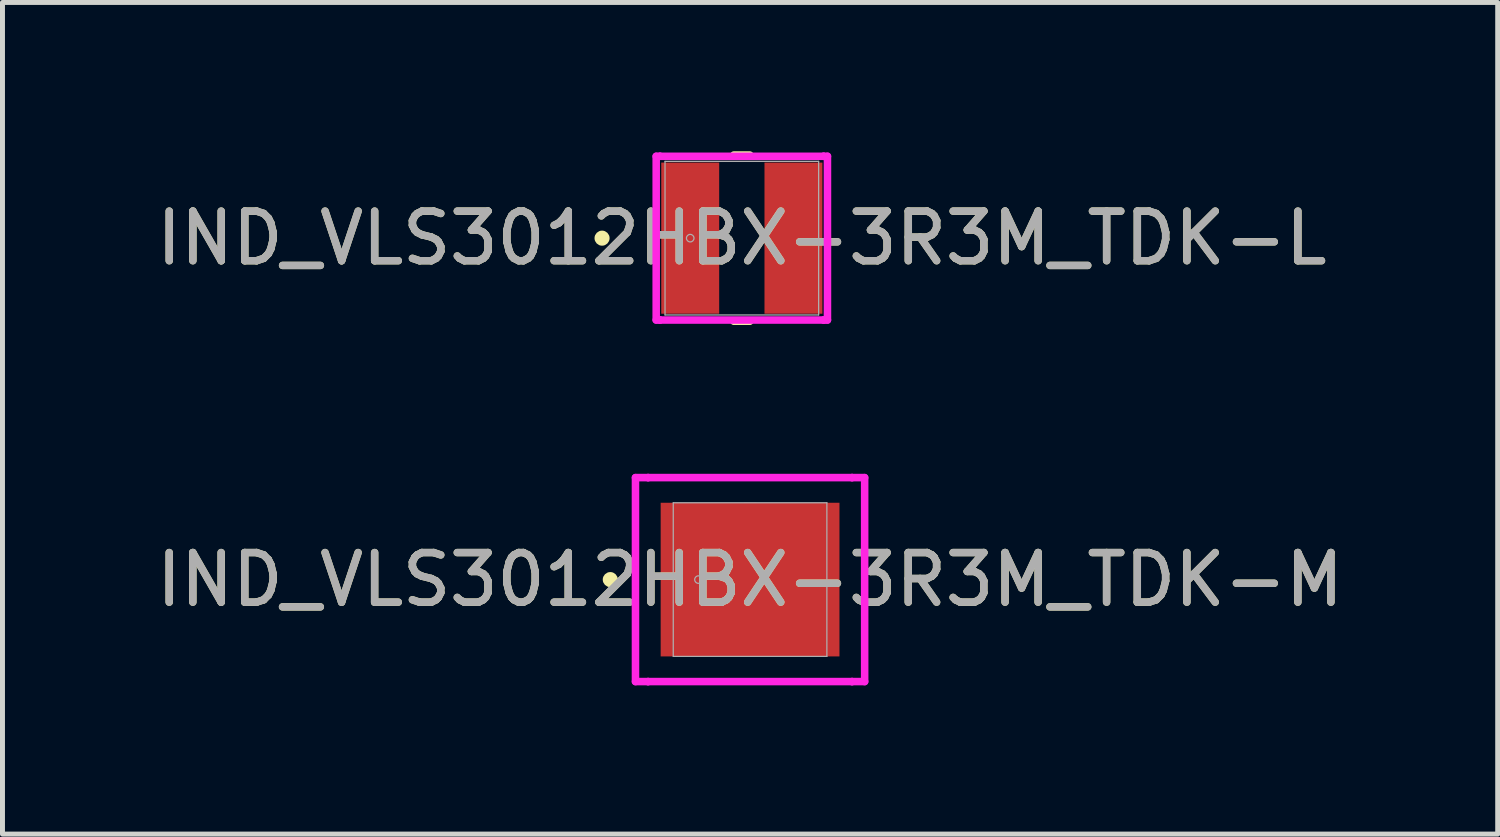
<source format=kicad_pcb>
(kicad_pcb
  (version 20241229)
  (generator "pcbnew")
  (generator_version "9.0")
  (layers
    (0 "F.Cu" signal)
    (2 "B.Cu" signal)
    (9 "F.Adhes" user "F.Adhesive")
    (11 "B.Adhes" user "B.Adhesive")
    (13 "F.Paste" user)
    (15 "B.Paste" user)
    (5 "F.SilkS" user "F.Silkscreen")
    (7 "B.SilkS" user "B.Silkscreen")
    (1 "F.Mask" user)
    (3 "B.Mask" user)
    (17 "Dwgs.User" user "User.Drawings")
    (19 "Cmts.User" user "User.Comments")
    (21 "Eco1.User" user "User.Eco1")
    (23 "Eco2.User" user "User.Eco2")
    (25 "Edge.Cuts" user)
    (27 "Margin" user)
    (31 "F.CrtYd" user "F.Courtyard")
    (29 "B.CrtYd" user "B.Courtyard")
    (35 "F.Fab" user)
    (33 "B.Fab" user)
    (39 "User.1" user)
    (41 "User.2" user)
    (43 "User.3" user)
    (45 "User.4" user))
  (footprint "IND_VLS3012HBX-3R3M_TDK-L"
    (layer "F.Cu")
    (at 11.911 1.753)
    (property "Reference" "IND_VLS3012HBX-3R3M_TDK-L" (at 0 0 0) (unlocked yes) (layer "F.SilkS") (effects (font (size 1 1) (thickness 0.15))))
    (attr smd)
    (fp_line (start -0.161 1.676) (end 0.161 1.676) (stroke (width 0.152) (type solid)) (layer "F.SilkS"))
    (fp_line (start 0.161 -1.676) (end -0.161 -1.676) (stroke (width 0.152) (type solid)) (layer "F.SilkS"))
    (fp_circle (center -2.819 0) (end -2.743 0) (stroke (width 0.152) (type solid)) (fill no) (layer "F.SilkS"))
    (fp_line (start -1.727 -1.651) (end -1.651 -1.651) (stroke (width 0.152) (type solid)) (layer "F.CrtYd"))
    (fp_line (start -1.727 1.651) (end -1.727 -1.651) (stroke (width 0.152) (type solid)) (layer "F.CrtYd"))
    (fp_line (start -1.651 -1.651) (end -1.651 -1.651) (stroke (width 0.152) (type solid)) (layer "F.CrtYd"))
    (fp_line (start -1.651 -1.651) (end 1.651 -1.651) (stroke (width 0.152) (type solid)) (layer "F.CrtYd"))
    (fp_line (start -1.651 1.651) (end -1.727 1.651) (stroke (width 0.152) (type solid)) (layer "F.CrtYd"))
    (fp_line (start -1.651 1.651) (end -1.651 1.651) (stroke (width 0.152) (type solid)) (layer "F.CrtYd"))
    (fp_line (start 1.651 -1.651) (end 1.651 -1.651) (stroke (width 0.152) (type solid)) (layer "F.CrtYd"))
    (fp_line (start 1.651 -1.651) (end 1.727 -1.651) (stroke (width 0.152) (type solid)) (layer "F.CrtYd"))
    (fp_line (start 1.651 1.651) (end -1.651 1.651) (stroke (width 0.152) (type solid)) (layer "F.CrtYd"))
    (fp_line (start 1.651 1.651) (end 1.651 1.651) (stroke (width 0.152) (type solid)) (layer "F.CrtYd"))
    (fp_line (start 1.727 -1.651) (end 1.727 1.651) (stroke (width 0.152) (type solid)) (layer "F.CrtYd"))
    (fp_line (start 1.727 1.651) (end 1.651 1.651) (stroke (width 0.152) (type solid)) (layer "F.CrtYd"))
    (fp_line (start -1.549 -1.549) (end -1.549 1.549) (stroke (width 0.025) (type solid)) (layer "F.Fab"))
    (fp_line (start -1.549 1.549) (end 1.549 1.549) (stroke (width 0.025) (type solid)) (layer "F.Fab"))
    (fp_line (start 1.549 -1.549) (end -1.549 -1.549) (stroke (width 0.025) (type solid)) (layer "F.Fab"))
    (fp_line (start 1.549 1.549) (end 1.549 -1.549) (stroke (width 0.025) (type solid)) (layer "F.Fab"))
    (fp_circle (center -1.041 0) (end -0.965 0) (stroke (width 0.025) (type solid)) (fill no) (layer "F.Fab"))
    (fp_text user "${REFERENCE}" (at 0 0 0) (unlocked yes) (layer "F.Fab") (effects (font (size 1 1) (thickness 0.15))))
    (pad "1" smd rect (at -1.041 0 90) (size 3.048 1.168) (layers "F.Cu" "F.Mask" "F.Paste"))
    (pad "2" smd rect (at 1.041 0 90) (size 3.048 1.168) (layers "F.Cu" "F.Mask" "F.Paste"))
    (zone (net_name "") (layer "F.Cu") (hatch full 0.508) (connect_pads) (min_thickness 0.254) (filled_areas_thickness no) (keepout (tracks not_allowed) (vias not_allowed) (pads allowed) (copperpour not_allowed) (footprints allowed)) (placement (enabled no)) (fill) (polygon (pts (xy 10.412 0.254) (xy 13.409 0.254) (xy 13.409 0.152) (xy 10.412 0.152))))
    (zone (net_name "") (layer "F.Cu") (hatch full 0.508) (connect_pads) (min_thickness 0.254) (filled_areas_thickness no) (keepout (tracks not_allowed) (vias not_allowed) (pads allowed) (copperpour not_allowed) (footprints allowed)) (placement (enabled no)) (fill) (polygon (pts (xy 10.412 3.353) (xy 13.409 3.353) (xy 13.409 3.251) (xy 10.412 3.251))))
    (zone (net_name "") (layer "F.Cu") (hatch full 0.508) (connect_pads) (min_thickness 0.254) (filled_areas_thickness no) (keepout (tracks not_allowed) (vias not_allowed) (pads allowed) (copperpour not_allowed) (footprints allowed)) (placement (enabled no)) (fill) (polygon (pts (xy 11.504 0.152) (xy 12.317 0.152) (xy 12.317 3.353) (xy 11.504 3.353)))))
  (footprint "IND_VLS3012HBX-3R3M_TDK-M"
    (layer "F.Cu")
    (at 12.077 8.639)
    (property "Reference" "IND_VLS3012HBX-3R3M_TDK-M" (at 0 0 0) (unlocked yes) (layer "F.SilkS") (effects (font (size 1 1) (thickness 0.15))))
    (attr smd)
    (fp_circle (center -2.819 0) (end -2.743 0) (stroke (width 0.152) (type solid)) (fill no) (layer "F.SilkS"))
    (fp_line (start -2.311 -2.057) (end -2.057 -2.057) (stroke (width 0.152) (type solid)) (layer "F.CrtYd"))
    (fp_line (start -2.311 2.057) (end -2.311 -2.057) (stroke (width 0.152) (type solid)) (layer "F.CrtYd"))
    (fp_line (start -2.057 -2.057) (end -2.057 -2.057) (stroke (width 0.152) (type solid)) (layer "F.CrtYd"))
    (fp_line (start -2.057 -2.057) (end 2.057 -2.057) (stroke (width 0.152) (type solid)) (layer "F.CrtYd"))
    (fp_line (start -2.057 2.057) (end -2.311 2.057) (stroke (width 0.152) (type solid)) (layer "F.CrtYd"))
    (fp_line (start -2.057 2.057) (end -2.057 2.057) (stroke (width 0.152) (type solid)) (layer "F.CrtYd"))
    (fp_line (start 2.057 -2.057) (end 2.057 -2.057) (stroke (width 0.152) (type solid)) (layer "F.CrtYd"))
    (fp_line (start 2.057 -2.057) (end 2.311 -2.057) (stroke (width 0.152) (type solid)) (layer "F.CrtYd"))
    (fp_line (start 2.057 2.057) (end -2.057 2.057) (stroke (width 0.152) (type solid)) (layer "F.CrtYd"))
    (fp_line (start 2.057 2.057) (end 2.057 2.057) (stroke (width 0.152) (type solid)) (layer "F.CrtYd"))
    (fp_line (start 2.311 -2.057) (end 2.311 2.057) (stroke (width 0.152) (type solid)) (layer "F.CrtYd"))
    (fp_line (start 2.311 2.057) (end 2.057 2.057) (stroke (width 0.152) (type solid)) (layer "F.CrtYd"))
    (fp_line (start -1.549 -1.549) (end -1.549 1.549) (stroke (width 0.025) (type solid)) (layer "F.Fab"))
    (fp_line (start -1.549 1.549) (end 1.549 1.549) (stroke (width 0.025) (type solid)) (layer "F.Fab"))
    (fp_line (start 1.549 -1.549) (end -1.549 -1.549) (stroke (width 0.025) (type solid)) (layer "F.Fab"))
    (fp_line (start 1.549 1.549) (end 1.549 -1.549) (stroke (width 0.025) (type solid)) (layer "F.Fab"))
    (fp_circle (center -1.041 0) (end -0.965 0) (stroke (width 0.025) (type solid)) (fill no) (layer "F.Fab"))
    (fp_text user "${REFERENCE}" (at 0 0 0) (unlocked yes) (layer "F.Fab") (effects (font (size 1 1) (thickness 0.15))))
    (pad "1" smd rect (at -0.838 0 90) (size 3.099 1.93) (layers "F.Cu" "F.Mask" "F.Paste"))
    (pad "2" smd rect (at 0.838 0 90) (size 3.099 1.93) (layers "F.Cu" "F.Mask" "F.Paste"))
    (zone (net_name "") (layer "F.Cu") (hatch full 0.508) (connect_pads) (min_thickness 0.254) (filled_areas_thickness no) (keepout (tracks not_allowed) (vias not_allowed) (pads allowed) (copperpour not_allowed) (footprints allowed)) (placement (enabled no)) (fill) (polygon (pts (xy 10.579 7.14) (xy 13.576 7.14) (xy 13.576 7.039) (xy 10.579 7.039))))
    (zone (net_name "") (layer "F.Cu") (hatch full 0.508) (connect_pads) (min_thickness 0.254) (filled_areas_thickness no) (keepout (tracks not_allowed) (vias not_allowed) (pads allowed) (copperpour not_allowed) (footprints allowed)) (placement (enabled no)) (fill) (polygon (pts (xy 10.579 10.239) (xy 13.576 10.239) (xy 13.576 10.137) (xy 10.579 10.137))))
    (zone (net_name "") (layer "F.Cu") (hatch full 0.508) (connect_pads) (min_thickness 0.254) (filled_areas_thickness no) (keepout (tracks not_allowed) (vias not_allowed) (pads allowed) (copperpour not_allowed) (footprints allowed)) (placement (enabled no)) (fill) (polygon (pts (xy 12.255 7.039) (xy 11.9 7.039) (xy 11.9 10.239) (xy 12.255 10.239)))))
  (gr_rect
    (start -3 -3)
    (end 27.155 13.772)
    (stroke (width 0.1) (type default))
    (fill no)
    (layer "Edge.Cuts")))
</source>
